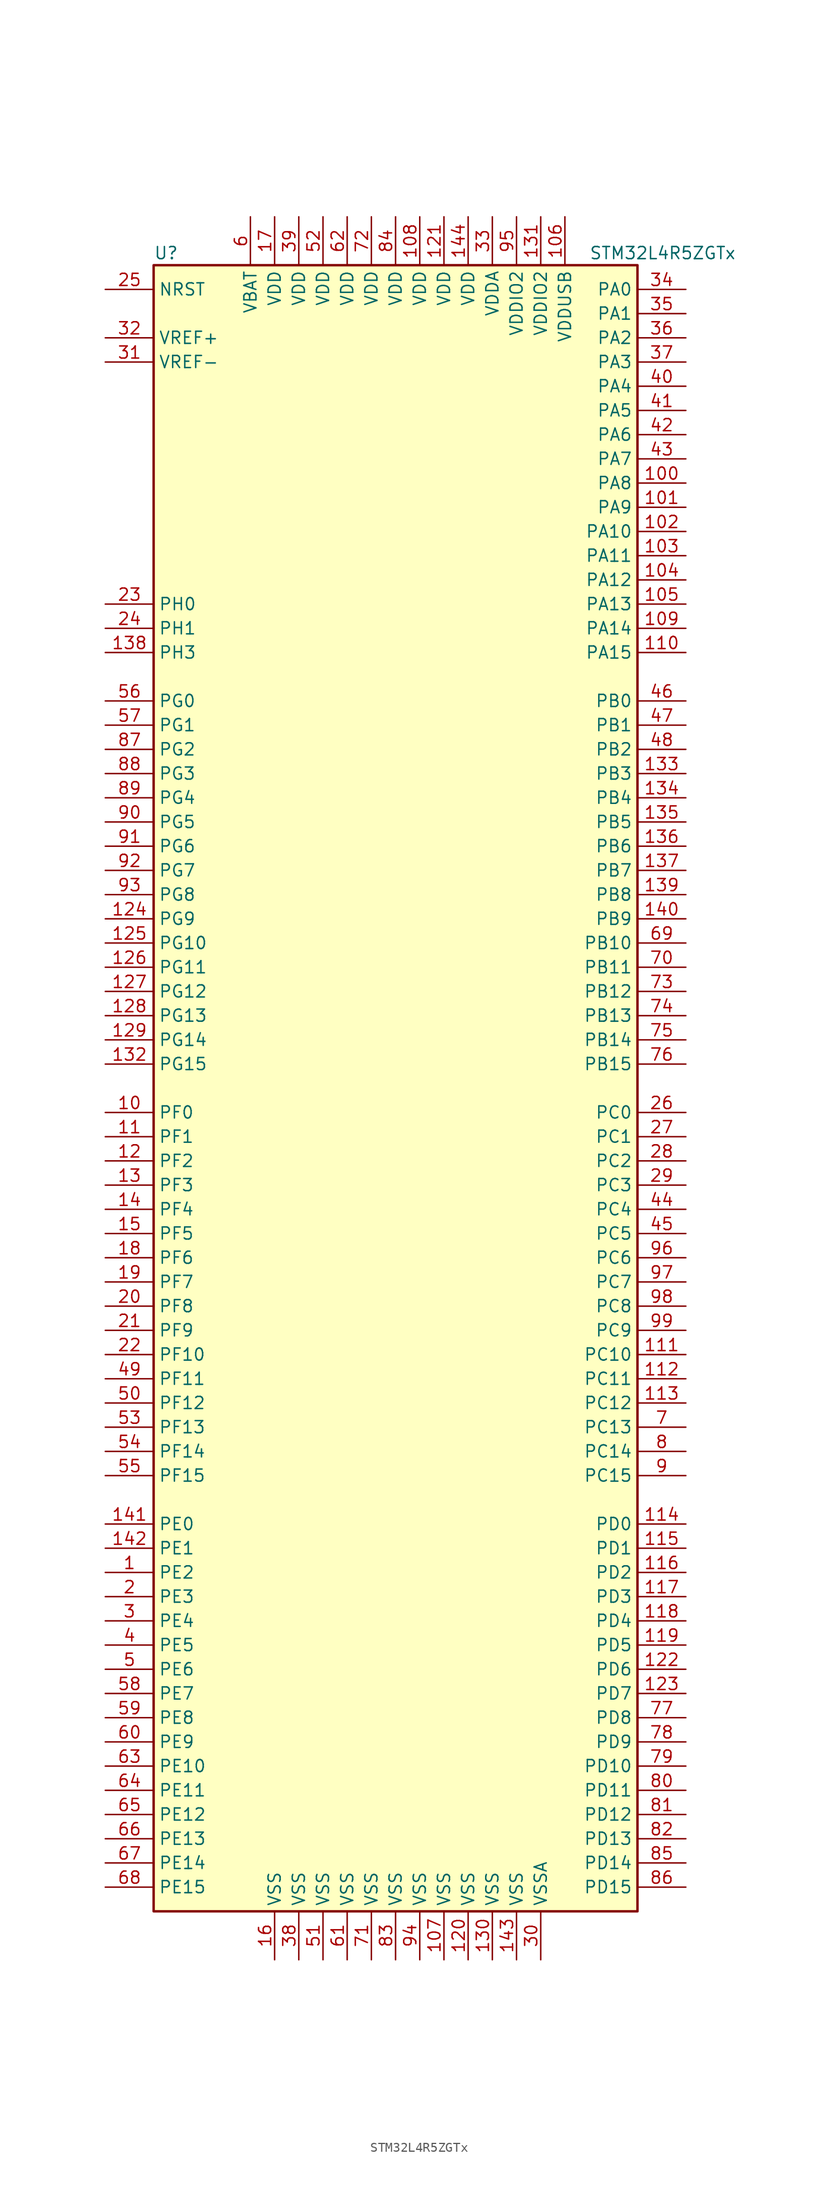
<source format=kicad_sym>
(kicad_symbol_lib
  (version 20201005)
  (generator kicad_symbol_editor)
  (symbol "STM32L4R5ZGTx"
    (property "Reference" "U"
      (at -25.4 87.63 0)
      (effects (font (size 1.27 1.27)) (justify left)))
    (property "Value" "STM32L4R5ZGTx"
      (at 20.32 87.63 0)
      (effects (font (size 1.27 1.27)) (justify left)))
    (symbol "STM32L4R5ZGTx_0_1"
      (rectangle (start -25.4 -86.36) (end 25.4 86.36) (stroke (width 0.254)) (fill (type background))))
    (symbol "STM32L4R5ZGTx_1_1"
      (pin input line (at -30.48 83.82 0) (length 5.08) (name "NRST" (effects (font (size 1.27 1.27)))) (number "25" (effects (font (size 1.27 1.27)))))
      (pin bidirectional line (at 30.48 83.82 180) (length 5.08) (name "PA0" (effects (font (size 1.27 1.27)))) (number "34" (effects (font (size 1.27 1.27)))))
      (pin bidirectional line (at 30.48 81.28 180) (length 5.08) (name "PA1" (effects (font (size 1.27 1.27)))) (number "35" (effects (font (size 1.27 1.27)))))
      (pin bidirectional line (at 30.48 58.42 180) (length 5.08) (name "PA10" (effects (font (size 1.27 1.27)))) (number "102" (effects (font (size 1.27 1.27)))))
      (pin bidirectional line (at 30.48 55.88 180) (length 5.08) (name "PA11" (effects (font (size 1.27 1.27)))) (number "103" (effects (font (size 1.27 1.27)))))
      (pin bidirectional line (at 30.48 53.34 180) (length 5.08) (name "PA12" (effects (font (size 1.27 1.27)))) (number "104" (effects (font (size 1.27 1.27)))))
      (pin bidirectional line (at 30.48 50.8 180) (length 5.08) (name "PA13" (effects (font (size 1.27 1.27)))) (number "105" (effects (font (size 1.27 1.27)))))
      (pin bidirectional line (at 30.48 48.26 180) (length 5.08) (name "PA14" (effects (font (size 1.27 1.27)))) (number "109" (effects (font (size 1.27 1.27)))))
      (pin bidirectional line (at 30.48 45.72 180) (length 5.08) (name "PA15" (effects (font (size 1.27 1.27)))) (number "110" (effects (font (size 1.27 1.27)))))
      (pin bidirectional line (at 30.48 78.74 180) (length 5.08) (name "PA2" (effects (font (size 1.27 1.27)))) (number "36" (effects (font (size 1.27 1.27)))))
      (pin bidirectional line (at 30.48 76.2 180) (length 5.08) (name "PA3" (effects (font (size 1.27 1.27)))) (number "37" (effects (font (size 1.27 1.27)))))
      (pin bidirectional line (at 30.48 73.66 180) (length 5.08) (name "PA4" (effects (font (size 1.27 1.27)))) (number "40" (effects (font (size 1.27 1.27)))))
      (pin bidirectional line (at 30.48 71.12 180) (length 5.08) (name "PA5" (effects (font (size 1.27 1.27)))) (number "41" (effects (font (size 1.27 1.27)))))
      (pin bidirectional line (at 30.48 68.58 180) (length 5.08) (name "PA6" (effects (font (size 1.27 1.27)))) (number "42" (effects (font (size 1.27 1.27)))))
      (pin bidirectional line (at 30.48 66.04 180) (length 5.08) (name "PA7" (effects (font (size 1.27 1.27)))) (number "43" (effects (font (size 1.27 1.27)))))
      (pin bidirectional line (at 30.48 63.5 180) (length 5.08) (name "PA8" (effects (font (size 1.27 1.27)))) (number "100" (effects (font (size 1.27 1.27)))))
      (pin bidirectional line (at 30.48 60.96 180) (length 5.08) (name "PA9" (effects (font (size 1.27 1.27)))) (number "101" (effects (font (size 1.27 1.27)))))
      (pin bidirectional line (at 30.48 40.64 180) (length 5.08) (name "PB0" (effects (font (size 1.27 1.27)))) (number "46" (effects (font (size 1.27 1.27)))))
      (pin bidirectional line (at 30.48 38.1 180) (length 5.08) (name "PB1" (effects (font (size 1.27 1.27)))) (number "47" (effects (font (size 1.27 1.27)))))
      (pin bidirectional line (at 30.48 15.24 180) (length 5.08) (name "PB10" (effects (font (size 1.27 1.27)))) (number "69" (effects (font (size 1.27 1.27)))))
      (pin bidirectional line (at 30.48 12.7 180) (length 5.08) (name "PB11" (effects (font (size 1.27 1.27)))) (number "70" (effects (font (size 1.27 1.27)))))
      (pin bidirectional line (at 30.48 10.16 180) (length 5.08) (name "PB12" (effects (font (size 1.27 1.27)))) (number "73" (effects (font (size 1.27 1.27)))))
      (pin bidirectional line (at 30.48 7.62 180) (length 5.08) (name "PB13" (effects (font (size 1.27 1.27)))) (number "74" (effects (font (size 1.27 1.27)))))
      (pin bidirectional line (at 30.48 5.08 180) (length 5.08) (name "PB14" (effects (font (size 1.27 1.27)))) (number "75" (effects (font (size 1.27 1.27)))))
      (pin bidirectional line (at 30.48 2.54 180) (length 5.08) (name "PB15" (effects (font (size 1.27 1.27)))) (number "76" (effects (font (size 1.27 1.27)))))
      (pin bidirectional line (at 30.48 35.56 180) (length 5.08) (name "PB2" (effects (font (size 1.27 1.27)))) (number "48" (effects (font (size 1.27 1.27)))))
      (pin bidirectional line (at 30.48 33.02 180) (length 5.08) (name "PB3" (effects (font (size 1.27 1.27)))) (number "133" (effects (font (size 1.27 1.27)))))
      (pin bidirectional line (at 30.48 30.48 180) (length 5.08) (name "PB4" (effects (font (size 1.27 1.27)))) (number "134" (effects (font (size 1.27 1.27)))))
      (pin bidirectional line (at 30.48 27.94 180) (length 5.08) (name "PB5" (effects (font (size 1.27 1.27)))) (number "135" (effects (font (size 1.27 1.27)))))
      (pin bidirectional line (at 30.48 25.4 180) (length 5.08) (name "PB6" (effects (font (size 1.27 1.27)))) (number "136" (effects (font (size 1.27 1.27)))))
      (pin bidirectional line (at 30.48 22.86 180) (length 5.08) (name "PB7" (effects (font (size 1.27 1.27)))) (number "137" (effects (font (size 1.27 1.27)))))
      (pin bidirectional line (at 30.48 20.32 180) (length 5.08) (name "PB8" (effects (font (size 1.27 1.27)))) (number "139" (effects (font (size 1.27 1.27)))))
      (pin bidirectional line (at 30.48 17.78 180) (length 5.08) (name "PB9" (effects (font (size 1.27 1.27)))) (number "140" (effects (font (size 1.27 1.27)))))
      (pin bidirectional line (at 30.48 -2.54 180) (length 5.08) (name "PC0" (effects (font (size 1.27 1.27)))) (number "26" (effects (font (size 1.27 1.27)))))
      (pin bidirectional line (at 30.48 -5.08 180) (length 5.08) (name "PC1" (effects (font (size 1.27 1.27)))) (number "27" (effects (font (size 1.27 1.27)))))
      (pin bidirectional line (at 30.48 -27.94 180) (length 5.08) (name "PC10" (effects (font (size 1.27 1.27)))) (number "111" (effects (font (size 1.27 1.27)))))
      (pin bidirectional line (at 30.48 -30.48 180) (length 5.08) (name "PC11" (effects (font (size 1.27 1.27)))) (number "112" (effects (font (size 1.27 1.27)))))
      (pin bidirectional line (at 30.48 -33.02 180) (length 5.08) (name "PC12" (effects (font (size 1.27 1.27)))) (number "113" (effects (font (size 1.27 1.27)))))
      (pin bidirectional line (at 30.48 -35.56 180) (length 5.08) (name "PC13" (effects (font (size 1.27 1.27)))) (number "7" (effects (font (size 1.27 1.27)))))
      (pin bidirectional line (at 30.48 -38.1 180) (length 5.08) (name "PC14" (effects (font (size 1.27 1.27)))) (number "8" (effects (font (size 1.27 1.27)))))
      (pin bidirectional line (at 30.48 -40.64 180) (length 5.08) (name "PC15" (effects (font (size 1.27 1.27)))) (number "9" (effects (font (size 1.27 1.27)))))
      (pin bidirectional line (at 30.48 -7.62 180) (length 5.08) (name "PC2" (effects (font (size 1.27 1.27)))) (number "28" (effects (font (size 1.27 1.27)))))
      (pin bidirectional line (at 30.48 -10.16 180) (length 5.08) (name "PC3" (effects (font (size 1.27 1.27)))) (number "29" (effects (font (size 1.27 1.27)))))
      (pin bidirectional line (at 30.48 -12.7 180) (length 5.08) (name "PC4" (effects (font (size 1.27 1.27)))) (number "44" (effects (font (size 1.27 1.27)))))
      (pin bidirectional line (at 30.48 -15.24 180) (length 5.08) (name "PC5" (effects (font (size 1.27 1.27)))) (number "45" (effects (font (size 1.27 1.27)))))
      (pin bidirectional line (at 30.48 -17.78 180) (length 5.08) (name "PC6" (effects (font (size 1.27 1.27)))) (number "96" (effects (font (size 1.27 1.27)))))
      (pin bidirectional line (at 30.48 -20.32 180) (length 5.08) (name "PC7" (effects (font (size 1.27 1.27)))) (number "97" (effects (font (size 1.27 1.27)))))
      (pin bidirectional line (at 30.48 -22.86 180) (length 5.08) (name "PC8" (effects (font (size 1.27 1.27)))) (number "98" (effects (font (size 1.27 1.27)))))
      (pin bidirectional line (at 30.48 -25.4 180) (length 5.08) (name "PC9" (effects (font (size 1.27 1.27)))) (number "99" (effects (font (size 1.27 1.27)))))
      (pin bidirectional line (at 30.48 -45.72 180) (length 5.08) (name "PD0" (effects (font (size 1.27 1.27)))) (number "114" (effects (font (size 1.27 1.27)))))
      (pin bidirectional line (at 30.48 -48.26 180) (length 5.08) (name "PD1" (effects (font (size 1.27 1.27)))) (number "115" (effects (font (size 1.27 1.27)))))
      (pin bidirectional line (at 30.48 -71.12 180) (length 5.08) (name "PD10" (effects (font (size 1.27 1.27)))) (number "79" (effects (font (size 1.27 1.27)))))
      (pin bidirectional line (at 30.48 -73.66 180) (length 5.08) (name "PD11" (effects (font (size 1.27 1.27)))) (number "80" (effects (font (size 1.27 1.27)))))
      (pin bidirectional line (at 30.48 -76.2 180) (length 5.08) (name "PD12" (effects (font (size 1.27 1.27)))) (number "81" (effects (font (size 1.27 1.27)))))
      (pin bidirectional line (at 30.48 -78.74 180) (length 5.08) (name "PD13" (effects (font (size 1.27 1.27)))) (number "82" (effects (font (size 1.27 1.27)))))
      (pin bidirectional line (at 30.48 -81.28 180) (length 5.08) (name "PD14" (effects (font (size 1.27 1.27)))) (number "85" (effects (font (size 1.27 1.27)))))
      (pin bidirectional line (at 30.48 -83.82 180) (length 5.08) (name "PD15" (effects (font (size 1.27 1.27)))) (number "86" (effects (font (size 1.27 1.27)))))
      (pin bidirectional line (at 30.48 -50.8 180) (length 5.08) (name "PD2" (effects (font (size 1.27 1.27)))) (number "116" (effects (font (size 1.27 1.27)))))
      (pin bidirectional line (at 30.48 -53.34 180) (length 5.08) (name "PD3" (effects (font (size 1.27 1.27)))) (number "117" (effects (font (size 1.27 1.27)))))
      (pin bidirectional line (at 30.48 -55.88 180) (length 5.08) (name "PD4" (effects (font (size 1.27 1.27)))) (number "118" (effects (font (size 1.27 1.27)))))
      (pin bidirectional line (at 30.48 -58.42 180) (length 5.08) (name "PD5" (effects (font (size 1.27 1.27)))) (number "119" (effects (font (size 1.27 1.27)))))
      (pin bidirectional line (at 30.48 -60.96 180) (length 5.08) (name "PD6" (effects (font (size 1.27 1.27)))) (number "122" (effects (font (size 1.27 1.27)))))
      (pin bidirectional line (at 30.48 -63.5 180) (length 5.08) (name "PD7" (effects (font (size 1.27 1.27)))) (number "123" (effects (font (size 1.27 1.27)))))
      (pin bidirectional line (at 30.48 -66.04 180) (length 5.08) (name "PD8" (effects (font (size 1.27 1.27)))) (number "77" (effects (font (size 1.27 1.27)))))
      (pin bidirectional line (at 30.48 -68.58 180) (length 5.08) (name "PD9" (effects (font (size 1.27 1.27)))) (number "78" (effects (font (size 1.27 1.27)))))
      (pin bidirectional line (at -30.48 -45.72 0) (length 5.08) (name "PE0" (effects (font (size 1.27 1.27)))) (number "141" (effects (font (size 1.27 1.27)))))
      (pin bidirectional line (at -30.48 -48.26 0) (length 5.08) (name "PE1" (effects (font (size 1.27 1.27)))) (number "142" (effects (font (size 1.27 1.27)))))
      (pin bidirectional line (at -30.48 -71.12 0) (length 5.08) (name "PE10" (effects (font (size 1.27 1.27)))) (number "63" (effects (font (size 1.27 1.27)))))
      (pin bidirectional line (at -30.48 -73.66 0) (length 5.08) (name "PE11" (effects (font (size 1.27 1.27)))) (number "64" (effects (font (size 1.27 1.27)))))
      (pin bidirectional line (at -30.48 -76.2 0) (length 5.08) (name "PE12" (effects (font (size 1.27 1.27)))) (number "65" (effects (font (size 1.27 1.27)))))
      (pin bidirectional line (at -30.48 -78.74 0) (length 5.08) (name "PE13" (effects (font (size 1.27 1.27)))) (number "66" (effects (font (size 1.27 1.27)))))
      (pin bidirectional line (at -30.48 -81.28 0) (length 5.08) (name "PE14" (effects (font (size 1.27 1.27)))) (number "67" (effects (font (size 1.27 1.27)))))
      (pin bidirectional line (at -30.48 -83.82 0) (length 5.08) (name "PE15" (effects (font (size 1.27 1.27)))) (number "68" (effects (font (size 1.27 1.27)))))
      (pin bidirectional line (at -30.48 -50.8 0) (length 5.08) (name "PE2" (effects (font (size 1.27 1.27)))) (number "1" (effects (font (size 1.27 1.27)))))
      (pin bidirectional line (at -30.48 -53.34 0) (length 5.08) (name "PE3" (effects (font (size 1.27 1.27)))) (number "2" (effects (font (size 1.27 1.27)))))
      (pin bidirectional line (at -30.48 -55.88 0) (length 5.08) (name "PE4" (effects (font (size 1.27 1.27)))) (number "3" (effects (font (size 1.27 1.27)))))
      (pin bidirectional line (at -30.48 -58.42 0) (length 5.08) (name "PE5" (effects (font (size 1.27 1.27)))) (number "4" (effects (font (size 1.27 1.27)))))
      (pin bidirectional line (at -30.48 -60.96 0) (length 5.08) (name "PE6" (effects (font (size 1.27 1.27)))) (number "5" (effects (font (size 1.27 1.27)))))
      (pin bidirectional line (at -30.48 -63.5 0) (length 5.08) (name "PE7" (effects (font (size 1.27 1.27)))) (number "58" (effects (font (size 1.27 1.27)))))
      (pin bidirectional line (at -30.48 -66.04 0) (length 5.08) (name "PE8" (effects (font (size 1.27 1.27)))) (number "59" (effects (font (size 1.27 1.27)))))
      (pin bidirectional line (at -30.48 -68.58 0) (length 5.08) (name "PE9" (effects (font (size 1.27 1.27)))) (number "60" (effects (font (size 1.27 1.27)))))
      (pin bidirectional line (at -30.48 -2.54 0) (length 5.08) (name "PF0" (effects (font (size 1.27 1.27)))) (number "10" (effects (font (size 1.27 1.27)))))
      (pin bidirectional line (at -30.48 -5.08 0) (length 5.08) (name "PF1" (effects (font (size 1.27 1.27)))) (number "11" (effects (font (size 1.27 1.27)))))
      (pin bidirectional line (at -30.48 -27.94 0) (length 5.08) (name "PF10" (effects (font (size 1.27 1.27)))) (number "22" (effects (font (size 1.27 1.27)))))
      (pin bidirectional line (at -30.48 -30.48 0) (length 5.08) (name "PF11" (effects (font (size 1.27 1.27)))) (number "49" (effects (font (size 1.27 1.27)))))
      (pin bidirectional line (at -30.48 -33.02 0) (length 5.08) (name "PF12" (effects (font (size 1.27 1.27)))) (number "50" (effects (font (size 1.27 1.27)))))
      (pin bidirectional line (at -30.48 -35.56 0) (length 5.08) (name "PF13" (effects (font (size 1.27 1.27)))) (number "53" (effects (font (size 1.27 1.27)))))
      (pin bidirectional line (at -30.48 -38.1 0) (length 5.08) (name "PF14" (effects (font (size 1.27 1.27)))) (number "54" (effects (font (size 1.27 1.27)))))
      (pin bidirectional line (at -30.48 -40.64 0) (length 5.08) (name "PF15" (effects (font (size 1.27 1.27)))) (number "55" (effects (font (size 1.27 1.27)))))
      (pin bidirectional line (at -30.48 -7.62 0) (length 5.08) (name "PF2" (effects (font (size 1.27 1.27)))) (number "12" (effects (font (size 1.27 1.27)))))
      (pin bidirectional line (at -30.48 -10.16 0) (length 5.08) (name "PF3" (effects (font (size 1.27 1.27)))) (number "13" (effects (font (size 1.27 1.27)))))
      (pin bidirectional line (at -30.48 -12.7 0) (length 5.08) (name "PF4" (effects (font (size 1.27 1.27)))) (number "14" (effects (font (size 1.27 1.27)))))
      (pin bidirectional line (at -30.48 -15.24 0) (length 5.08) (name "PF5" (effects (font (size 1.27 1.27)))) (number "15" (effects (font (size 1.27 1.27)))))
      (pin bidirectional line (at -30.48 -17.78 0) (length 5.08) (name "PF6" (effects (font (size 1.27 1.27)))) (number "18" (effects (font (size 1.27 1.27)))))
      (pin bidirectional line (at -30.48 -20.32 0) (length 5.08) (name "PF7" (effects (font (size 1.27 1.27)))) (number "19" (effects (font (size 1.27 1.27)))))
      (pin bidirectional line (at -30.48 -22.86 0) (length 5.08) (name "PF8" (effects (font (size 1.27 1.27)))) (number "20" (effects (font (size 1.27 1.27)))))
      (pin bidirectional line (at -30.48 -25.4 0) (length 5.08) (name "PF9" (effects (font (size 1.27 1.27)))) (number "21" (effects (font (size 1.27 1.27)))))
      (pin bidirectional line (at -30.48 40.64 0) (length 5.08) (name "PG0" (effects (font (size 1.27 1.27)))) (number "56" (effects (font (size 1.27 1.27)))))
      (pin bidirectional line (at -30.48 38.1 0) (length 5.08) (name "PG1" (effects (font (size 1.27 1.27)))) (number "57" (effects (font (size 1.27 1.27)))))
      (pin bidirectional line (at -30.48 15.24 0) (length 5.08) (name "PG10" (effects (font (size 1.27 1.27)))) (number "125" (effects (font (size 1.27 1.27)))))
      (pin bidirectional line (at -30.48 12.7 0) (length 5.08) (name "PG11" (effects (font (size 1.27 1.27)))) (number "126" (effects (font (size 1.27 1.27)))))
      (pin bidirectional line (at -30.48 10.16 0) (length 5.08) (name "PG12" (effects (font (size 1.27 1.27)))) (number "127" (effects (font (size 1.27 1.27)))))
      (pin bidirectional line (at -30.48 7.62 0) (length 5.08) (name "PG13" (effects (font (size 1.27 1.27)))) (number "128" (effects (font (size 1.27 1.27)))))
      (pin bidirectional line (at -30.48 5.08 0) (length 5.08) (name "PG14" (effects (font (size 1.27 1.27)))) (number "129" (effects (font (size 1.27 1.27)))))
      (pin bidirectional line (at -30.48 2.54 0) (length 5.08) (name "PG15" (effects (font (size 1.27 1.27)))) (number "132" (effects (font (size 1.27 1.27)))))
      (pin bidirectional line (at -30.48 35.56 0) (length 5.08) (name "PG2" (effects (font (size 1.27 1.27)))) (number "87" (effects (font (size 1.27 1.27)))))
      (pin bidirectional line (at -30.48 33.02 0) (length 5.08) (name "PG3" (effects (font (size 1.27 1.27)))) (number "88" (effects (font (size 1.27 1.27)))))
      (pin bidirectional line (at -30.48 30.48 0) (length 5.08) (name "PG4" (effects (font (size 1.27 1.27)))) (number "89" (effects (font (size 1.27 1.27)))))
      (pin bidirectional line (at -30.48 27.94 0) (length 5.08) (name "PG5" (effects (font (size 1.27 1.27)))) (number "90" (effects (font (size 1.27 1.27)))))
      (pin bidirectional line (at -30.48 25.4 0) (length 5.08) (name "PG6" (effects (font (size 1.27 1.27)))) (number "91" (effects (font (size 1.27 1.27)))))
      (pin bidirectional line (at -30.48 22.86 0) (length 5.08) (name "PG7" (effects (font (size 1.27 1.27)))) (number "92" (effects (font (size 1.27 1.27)))))
      (pin bidirectional line (at -30.48 20.32 0) (length 5.08) (name "PG8" (effects (font (size 1.27 1.27)))) (number "93" (effects (font (size 1.27 1.27)))))
      (pin bidirectional line (at -30.48 17.78 0) (length 5.08) (name "PG9" (effects (font (size 1.27 1.27)))) (number "124" (effects (font (size 1.27 1.27)))))
      (pin input line (at -30.48 50.8 0) (length 5.08) (name "PH0" (effects (font (size 1.27 1.27)))) (number "23" (effects (font (size 1.27 1.27)))))
      (pin input line (at -30.48 48.26 0) (length 5.08) (name "PH1" (effects (font (size 1.27 1.27)))) (number "24" (effects (font (size 1.27 1.27)))))
      (pin bidirectional line (at -30.48 45.72 0) (length 5.08) (name "PH3" (effects (font (size 1.27 1.27)))) (number "138" (effects (font (size 1.27 1.27)))))
      (pin power_in line (at -15.24 91.44 270) (length 5.08) (name "VBAT" (effects (font (size 1.27 1.27)))) (number "6" (effects (font (size 1.27 1.27)))))
      (pin power_in line (at 2.54 91.44 270) (length 5.08) (name "VDD" (effects (font (size 1.27 1.27)))) (number "108" (effects (font (size 1.27 1.27)))))
      (pin power_in line (at 5.08 91.44 270) (length 5.08) (name "VDD" (effects (font (size 1.27 1.27)))) (number "121" (effects (font (size 1.27 1.27)))))
      (pin power_in line (at 7.62 91.44 270) (length 5.08) (name "VDD" (effects (font (size 1.27 1.27)))) (number "144" (effects (font (size 1.27 1.27)))))
      (pin power_in line (at -12.7 91.44 270) (length 5.08) (name "VDD" (effects (font (size 1.27 1.27)))) (number "17" (effects (font (size 1.27 1.27)))))
      (pin power_in line (at -10.16 91.44 270) (length 5.08) (name "VDD" (effects (font (size 1.27 1.27)))) (number "39" (effects (font (size 1.27 1.27)))))
      (pin power_in line (at -7.62 91.44 270) (length 5.08) (name "VDD" (effects (font (size 1.27 1.27)))) (number "52" (effects (font (size 1.27 1.27)))))
      (pin power_in line (at -5.08 91.44 270) (length 5.08) (name "VDD" (effects (font (size 1.27 1.27)))) (number "62" (effects (font (size 1.27 1.27)))))
      (pin power_in line (at -2.54 91.44 270) (length 5.08) (name "VDD" (effects (font (size 1.27 1.27)))) (number "72" (effects (font (size 1.27 1.27)))))
      (pin power_in line (at 0 91.44 270) (length 5.08) (name "VDD" (effects (font (size 1.27 1.27)))) (number "84" (effects (font (size 1.27 1.27)))))
      (pin power_in line (at 10.16 91.44 270) (length 5.08) (name "VDDA" (effects (font (size 1.27 1.27)))) (number "33" (effects (font (size 1.27 1.27)))))
      (pin power_in line (at 15.24 91.44 270) (length 5.08) (name "VDDIO2" (effects (font (size 1.27 1.27)))) (number "131" (effects (font (size 1.27 1.27)))))
      (pin power_in line (at 12.7 91.44 270) (length 5.08) (name "VDDIO2" (effects (font (size 1.27 1.27)))) (number "95" (effects (font (size 1.27 1.27)))))
      (pin power_in line (at 17.78 91.44 270) (length 5.08) (name "VDDUSB" (effects (font (size 1.27 1.27)))) (number "106" (effects (font (size 1.27 1.27)))))
      (pin bidirectional line (at -30.48 78.74 0) (length 5.08) (name "VREF+" (effects (font (size 1.27 1.27)))) (number "32" (effects (font (size 1.27 1.27)))))
      (pin power_in line (at -30.48 76.2 0) (length 5.08) (name "VREF-" (effects (font (size 1.27 1.27)))) (number "31" (effects (font (size 1.27 1.27)))))
      (pin power_in line (at 5.08 -91.44 90) (length 5.08) (name "VSS" (effects (font (size 1.27 1.27)))) (number "107" (effects (font (size 1.27 1.27)))))
      (pin power_in line (at 7.62 -91.44 90) (length 5.08) (name "VSS" (effects (font (size 1.27 1.27)))) (number "120" (effects (font (size 1.27 1.27)))))
      (pin power_in line (at 10.16 -91.44 90) (length 5.08) (name "VSS" (effects (font (size 1.27 1.27)))) (number "130" (effects (font (size 1.27 1.27)))))
      (pin power_in line (at 12.7 -91.44 90) (length 5.08) (name "VSS" (effects (font (size 1.27 1.27)))) (number "143" (effects (font (size 1.27 1.27)))))
      (pin power_in line (at -12.7 -91.44 90) (length 5.08) (name "VSS" (effects (font (size 1.27 1.27)))) (number "16" (effects (font (size 1.27 1.27)))))
      (pin power_in line (at -10.16 -91.44 90) (length 5.08) (name "VSS" (effects (font (size 1.27 1.27)))) (number "38" (effects (font (size 1.27 1.27)))))
      (pin power_in line (at -7.62 -91.44 90) (length 5.08) (name "VSS" (effects (font (size 1.27 1.27)))) (number "51" (effects (font (size 1.27 1.27)))))
      (pin power_in line (at -5.08 -91.44 90) (length 5.08) (name "VSS" (effects (font (size 1.27 1.27)))) (number "61" (effects (font (size 1.27 1.27)))))
      (pin power_in line (at -2.54 -91.44 90) (length 5.08) (name "VSS" (effects (font (size 1.27 1.27)))) (number "71" (effects (font (size 1.27 1.27)))))
      (pin power_in line (at 0 -91.44 90) (length 5.08) (name "VSS" (effects (font (size 1.27 1.27)))) (number "83" (effects (font (size 1.27 1.27)))))
      (pin power_in line (at 2.54 -91.44 90) (length 5.08) (name "VSS" (effects (font (size 1.27 1.27)))) (number "94" (effects (font (size 1.27 1.27)))))
      (pin power_in line (at 15.24 -91.44 90) (length 5.08) (name "VSSA" (effects (font (size 1.27 1.27)))) (number "30" (effects (font (size 1.27 1.27))))))))
</source>
